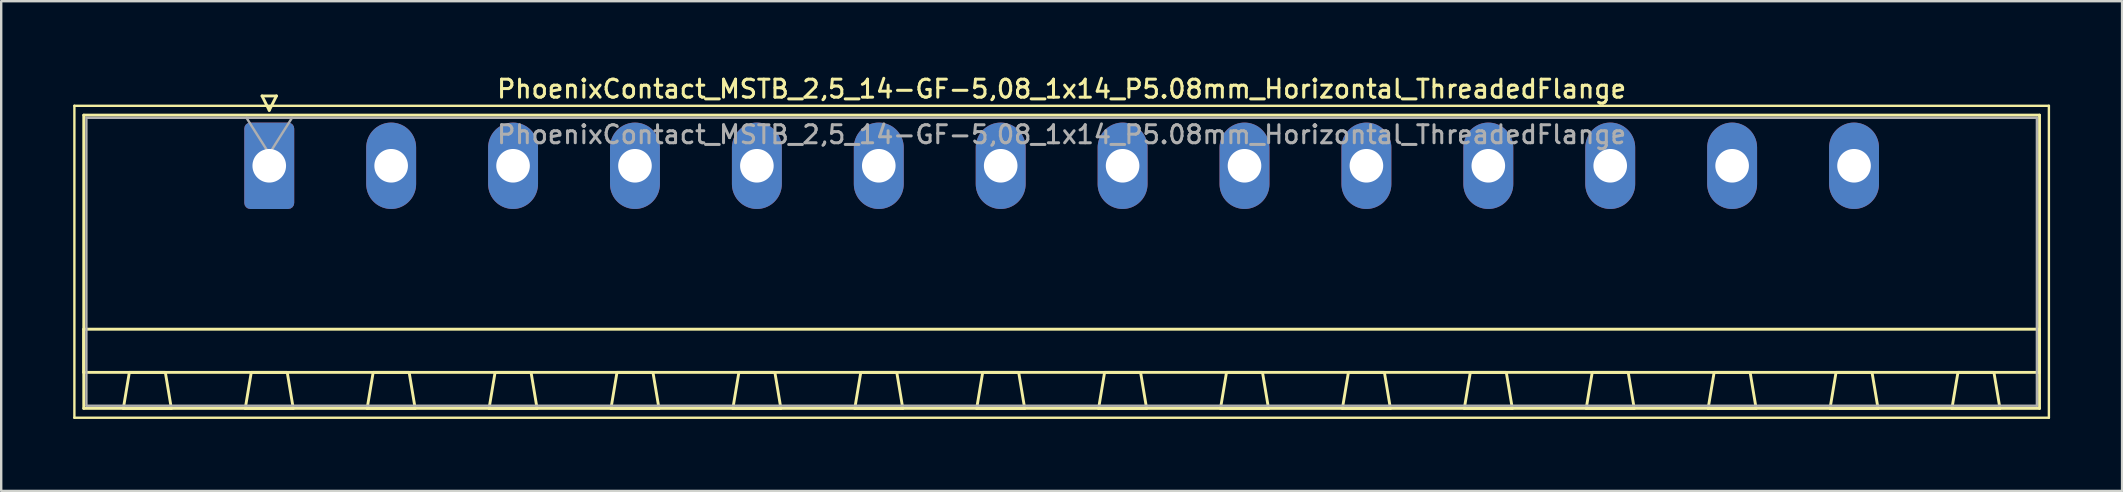
<source format=kicad_pcb>
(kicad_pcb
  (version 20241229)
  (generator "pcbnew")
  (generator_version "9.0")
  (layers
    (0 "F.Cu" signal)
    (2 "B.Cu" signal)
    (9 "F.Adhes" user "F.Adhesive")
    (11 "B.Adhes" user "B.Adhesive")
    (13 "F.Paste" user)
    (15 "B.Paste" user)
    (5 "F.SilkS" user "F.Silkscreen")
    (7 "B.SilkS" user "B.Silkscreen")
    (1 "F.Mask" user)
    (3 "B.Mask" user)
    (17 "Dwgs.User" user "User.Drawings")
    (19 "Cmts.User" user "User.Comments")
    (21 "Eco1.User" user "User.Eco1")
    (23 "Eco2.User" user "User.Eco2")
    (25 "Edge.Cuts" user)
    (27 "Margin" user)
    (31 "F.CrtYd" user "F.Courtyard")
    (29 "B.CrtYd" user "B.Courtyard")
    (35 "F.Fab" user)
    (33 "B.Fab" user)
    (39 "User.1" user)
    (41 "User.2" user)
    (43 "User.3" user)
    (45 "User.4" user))
  (footprint "PhoenixContact_MSTB_2,5_14-GF-5,08_1x14_P5.08mm_Horizontal_ThreadedFlange"
    (layer "F.Cu")
    (at 8.17 3.858)
    (property "Reference" "PhoenixContact_MSTB_2,5_14-GF-5,08_1x14_P5.08mm_Horizontal_ThreadedFlange" (at 33.02 -3.2 0) (layer "F.SilkS") (effects (font (size 0.75 0.75) (thickness 0.125))))
    (attr through_hole)
    (fp_line (start -8.12 -2.5) (end -8.12 10.5) (stroke (width 0.1) (type solid)) (layer "F.SilkS"))
    (fp_line (start -8.12 10.5) (end 74.16 10.5) (stroke (width 0.1) (type solid)) (layer "F.SilkS"))
    (fp_line (start -7.73 -2.11) (end -7.73 10.11) (stroke (width 0.12) (type solid)) (layer "F.SilkS"))
    (fp_line (start -7.73 6.81) (end 73.77 6.81) (stroke (width 0.12) (type solid)) (layer "F.SilkS"))
    (fp_line (start -7.73 8.61) (end -7.73 6.81) (stroke (width 0.12) (type solid)) (layer "F.SilkS"))
    (fp_line (start -7.73 10.11) (end 73.77 10.11) (stroke (width 0.12) (type solid)) (layer "F.SilkS"))
    (fp_line (start -6.08 10.11) (end -4.08 10.11) (stroke (width 0.12) (type solid)) (layer "F.SilkS"))
    (fp_line (start -5.83 8.61) (end -6.08 10.11) (stroke (width 0.12) (type solid)) (layer "F.SilkS"))
    (fp_line (start -4.33 8.61) (end -5.83 8.61) (stroke (width 0.12) (type solid)) (layer "F.SilkS"))
    (fp_line (start -4.08 10.11) (end -4.33 8.61) (stroke (width 0.12) (type solid)) (layer "F.SilkS"))
    (fp_line (start -1 10.11) (end 1 10.11) (stroke (width 0.12) (type solid)) (layer "F.SilkS"))
    (fp_line (start -0.75 8.61) (end -1 10.11) (stroke (width 0.12) (type solid)) (layer "F.SilkS"))
    (fp_line (start -0.3 -2.91) (end 0.3 -2.91) (stroke (width 0.12) (type solid)) (layer "F.SilkS"))
    (fp_line (start 0 -2.31) (end -0.3 -2.91) (stroke (width 0.12) (type solid)) (layer "F.SilkS"))
    (fp_line (start 0.3 -2.91) (end 0 -2.31) (stroke (width 0.12) (type solid)) (layer "F.SilkS"))
    (fp_line (start 0.75 8.61) (end -0.75 8.61) (stroke (width 0.12) (type solid)) (layer "F.SilkS"))
    (fp_line (start 1 10.11) (end 0.75 8.61) (stroke (width 0.12) (type solid)) (layer "F.SilkS"))
    (fp_line (start 4.08 10.11) (end 6.08 10.11) (stroke (width 0.12) (type solid)) (layer "F.SilkS"))
    (fp_line (start 4.33 8.61) (end 4.08 10.11) (stroke (width 0.12) (type solid)) (layer "F.SilkS"))
    (fp_line (start 5.83 8.61) (end 4.33 8.61) (stroke (width 0.12) (type solid)) (layer "F.SilkS"))
    (fp_line (start 6.08 10.11) (end 5.83 8.61) (stroke (width 0.12) (type solid)) (layer "F.SilkS"))
    (fp_line (start 9.16 10.11) (end 11.16 10.11) (stroke (width 0.12) (type solid)) (layer "F.SilkS"))
    (fp_line (start 9.41 8.61) (end 9.16 10.11) (stroke (width 0.12) (type solid)) (layer "F.SilkS"))
    (fp_line (start 10.91 8.61) (end 9.41 8.61) (stroke (width 0.12) (type solid)) (layer "F.SilkS"))
    (fp_line (start 11.16 10.11) (end 10.91 8.61) (stroke (width 0.12) (type solid)) (layer "F.SilkS"))
    (fp_line (start 14.24 10.11) (end 16.24 10.11) (stroke (width 0.12) (type solid)) (layer "F.SilkS"))
    (fp_line (start 14.49 8.61) (end 14.24 10.11) (stroke (width 0.12) (type solid)) (layer "F.SilkS"))
    (fp_line (start 15.99 8.61) (end 14.49 8.61) (stroke (width 0.12) (type solid)) (layer "F.SilkS"))
    (fp_line (start 16.24 10.11) (end 15.99 8.61) (stroke (width 0.12) (type solid)) (layer "F.SilkS"))
    (fp_line (start 19.32 10.11) (end 21.32 10.11) (stroke (width 0.12) (type solid)) (layer "F.SilkS"))
    (fp_line (start 19.57 8.61) (end 19.32 10.11) (stroke (width 0.12) (type solid)) (layer "F.SilkS"))
    (fp_line (start 21.07 8.61) (end 19.57 8.61) (stroke (width 0.12) (type solid)) (layer "F.SilkS"))
    (fp_line (start 21.32 10.11) (end 21.07 8.61) (stroke (width 0.12) (type solid)) (layer "F.SilkS"))
    (fp_line (start 24.4 10.11) (end 26.4 10.11) (stroke (width 0.12) (type solid)) (layer "F.SilkS"))
    (fp_line (start 24.65 8.61) (end 24.4 10.11) (stroke (width 0.12) (type solid)) (layer "F.SilkS"))
    (fp_line (start 26.15 8.61) (end 24.65 8.61) (stroke (width 0.12) (type solid)) (layer "F.SilkS"))
    (fp_line (start 26.4 10.11) (end 26.15 8.61) (stroke (width 0.12) (type solid)) (layer "F.SilkS"))
    (fp_line (start 29.48 10.11) (end 31.48 10.11) (stroke (width 0.12) (type solid)) (layer "F.SilkS"))
    (fp_line (start 29.73 8.61) (end 29.48 10.11) (stroke (width 0.12) (type solid)) (layer "F.SilkS"))
    (fp_line (start 31.23 8.61) (end 29.73 8.61) (stroke (width 0.12) (type solid)) (layer "F.SilkS"))
    (fp_line (start 31.48 10.11) (end 31.23 8.61) (stroke (width 0.12) (type solid)) (layer "F.SilkS"))
    (fp_line (start 34.56 10.11) (end 36.56 10.11) (stroke (width 0.12) (type solid)) (layer "F.SilkS"))
    (fp_line (start 34.81 8.61) (end 34.56 10.11) (stroke (width 0.12) (type solid)) (layer "F.SilkS"))
    (fp_line (start 36.31 8.61) (end 34.81 8.61) (stroke (width 0.12) (type solid)) (layer "F.SilkS"))
    (fp_line (start 36.56 10.11) (end 36.31 8.61) (stroke (width 0.12) (type solid)) (layer "F.SilkS"))
    (fp_line (start 39.64 10.11) (end 41.64 10.11) (stroke (width 0.12) (type solid)) (layer "F.SilkS"))
    (fp_line (start 39.89 8.61) (end 39.64 10.11) (stroke (width 0.12) (type solid)) (layer "F.SilkS"))
    (fp_line (start 41.39 8.61) (end 39.89 8.61) (stroke (width 0.12) (type solid)) (layer "F.SilkS"))
    (fp_line (start 41.64 10.11) (end 41.39 8.61) (stroke (width 0.12) (type solid)) (layer "F.SilkS"))
    (fp_line (start 44.72 10.11) (end 46.72 10.11) (stroke (width 0.12) (type solid)) (layer "F.SilkS"))
    (fp_line (start 44.97 8.61) (end 44.72 10.11) (stroke (width 0.12) (type solid)) (layer "F.SilkS"))
    (fp_line (start 46.47 8.61) (end 44.97 8.61) (stroke (width 0.12) (type solid)) (layer "F.SilkS"))
    (fp_line (start 46.72 10.11) (end 46.47 8.61) (stroke (width 0.12) (type solid)) (layer "F.SilkS"))
    (fp_line (start 49.8 10.11) (end 51.8 10.11) (stroke (width 0.12) (type solid)) (layer "F.SilkS"))
    (fp_line (start 50.05 8.61) (end 49.8 10.11) (stroke (width 0.12) (type solid)) (layer "F.SilkS"))
    (fp_line (start 51.55 8.61) (end 50.05 8.61) (stroke (width 0.12) (type solid)) (layer "F.SilkS"))
    (fp_line (start 51.8 10.11) (end 51.55 8.61) (stroke (width 0.12) (type solid)) (layer "F.SilkS"))
    (fp_line (start 54.88 10.11) (end 56.88 10.11) (stroke (width 0.12) (type solid)) (layer "F.SilkS"))
    (fp_line (start 55.13 8.61) (end 54.88 10.11) (stroke (width 0.12) (type solid)) (layer "F.SilkS"))
    (fp_line (start 56.63 8.61) (end 55.13 8.61) (stroke (width 0.12) (type solid)) (layer "F.SilkS"))
    (fp_line (start 56.88 10.11) (end 56.63 8.61) (stroke (width 0.12) (type solid)) (layer "F.SilkS"))
    (fp_line (start 59.96 10.11) (end 61.96 10.11) (stroke (width 0.12) (type solid)) (layer "F.SilkS"))
    (fp_line (start 60.21 8.61) (end 59.96 10.11) (stroke (width 0.12) (type solid)) (layer "F.SilkS"))
    (fp_line (start 61.71 8.61) (end 60.21 8.61) (stroke (width 0.12) (type solid)) (layer "F.SilkS"))
    (fp_line (start 61.96 10.11) (end 61.71 8.61) (stroke (width 0.12) (type solid)) (layer "F.SilkS"))
    (fp_line (start 65.04 10.11) (end 67.04 10.11) (stroke (width 0.12) (type solid)) (layer "F.SilkS"))
    (fp_line (start 65.29 8.61) (end 65.04 10.11) (stroke (width 0.12) (type solid)) (layer "F.SilkS"))
    (fp_line (start 66.79 8.61) (end 65.29 8.61) (stroke (width 0.12) (type solid)) (layer "F.SilkS"))
    (fp_line (start 67.04 10.11) (end 66.79 8.61) (stroke (width 0.12) (type solid)) (layer "F.SilkS"))
    (fp_line (start 70.12 10.11) (end 72.12 10.11) (stroke (width 0.12) (type solid)) (layer "F.SilkS"))
    (fp_line (start 70.37 8.61) (end 70.12 10.11) (stroke (width 0.12) (type solid)) (layer "F.SilkS"))
    (fp_line (start 71.87 8.61) (end 70.37 8.61) (stroke (width 0.12) (type solid)) (layer "F.SilkS"))
    (fp_line (start 72.12 10.11) (end 71.87 8.61) (stroke (width 0.12) (type solid)) (layer "F.SilkS"))
    (fp_line (start 73.77 -2.11) (end -7.73 -2.11) (stroke (width 0.12) (type solid)) (layer "F.SilkS"))
    (fp_line (start 73.77 6.81) (end 73.77 8.61) (stroke (width 0.12) (type solid)) (layer "F.SilkS"))
    (fp_line (start 73.77 8.61) (end -7.73 8.61) (stroke (width 0.12) (type solid)) (layer "F.SilkS"))
    (fp_line (start 73.77 10.11) (end 73.77 -2.11) (stroke (width 0.12) (type solid)) (layer "F.SilkS"))
    (fp_line (start 74.16 -2.5) (end -8.12 -2.5) (stroke (width 0.1) (type solid)) (layer "F.SilkS"))
    (fp_line (start 74.16 10.5) (end 74.16 -2.5) (stroke (width 0.1) (type solid)) (layer "F.SilkS"))
    (fp_line (start -7.62 -2) (end -7.62 10) (stroke (width 0.1) (type solid)) (layer "F.Fab"))
    (fp_line (start -7.62 10) (end 73.66 10) (stroke (width 0.1) (type solid)) (layer "F.Fab"))
    (fp_line (start 0 -0.5) (end -0.95 -2) (stroke (width 0.1) (type solid)) (layer "F.Fab"))
    (fp_line (start 0.95 -2) (end 0 -0.5) (stroke (width 0.1) (type solid)) (layer "F.Fab"))
    (fp_line (start 73.66 -2) (end -7.62 -2) (stroke (width 0.1) (type solid)) (layer "F.Fab"))
    (fp_line (start 73.66 10) (end 73.66 -2) (stroke (width 0.1) (type solid)) (layer "F.Fab"))
    (fp_text user "${REFERENCE}" (at 33.02 -1.3 0) (layer "F.Fab") (effects (font (size 0.75 0.75) (thickness 0.125))))
    (pad "1" thru_hole roundrect (at 0 0) (size 2.08 3.6) (drill 1.4) (layers "*.Cu" "*.Mask") (roundrect_rratio 0.12))
    (pad "2" thru_hole oval (at 5.08 0) (size 2.08 3.6) (drill 1.4) (layers "*.Cu" "*.Mask"))
    (pad "3" thru_hole oval (at 10.16 0) (size 2.08 3.6) (drill 1.4) (layers "*.Cu" "*.Mask"))
    (pad "4" thru_hole oval (at 15.24 0) (size 2.08 3.6) (drill 1.4) (layers "*.Cu" "*.Mask"))
    (pad "5" thru_hole oval (at 20.32 0) (size 2.08 3.6) (drill 1.4) (layers "*.Cu" "*.Mask"))
    (pad "6" thru_hole oval (at 25.4 0) (size 2.08 3.6) (drill 1.4) (layers "*.Cu" "*.Mask"))
    (pad "7" thru_hole oval (at 30.48 0) (size 2.08 3.6) (drill 1.4) (layers "*.Cu" "*.Mask"))
    (pad "8" thru_hole oval (at 35.56 0) (size 2.08 3.6) (drill 1.4) (layers "*.Cu" "*.Mask"))
    (pad "9" thru_hole oval (at 40.64 0) (size 2.08 3.6) (drill 1.4) (layers "*.Cu" "*.Mask"))
    (pad "10" thru_hole oval (at 45.72 0) (size 2.08 3.6) (drill 1.4) (layers "*.Cu" "*.Mask"))
    (pad "11" thru_hole oval (at 50.8 0) (size 2.08 3.6) (drill 1.4) (layers "*.Cu" "*.Mask"))
    (pad "12" thru_hole oval (at 55.88 0) (size 2.08 3.6) (drill 1.4) (layers "*.Cu" "*.Mask"))
    (pad "13" thru_hole oval (at 60.96 0) (size 2.08 3.6) (drill 1.4) (layers "*.Cu" "*.Mask"))
    (pad "14" thru_hole oval (at 66.04 0) (size 2.08 3.6) (drill 1.4) (layers "*.Cu" "*.Mask")))
  (gr_rect
    (start -3 -3)
    (end 85.38 17.408)
    (stroke (width 0.1) (type default))
    (fill no)
    (layer "Edge.Cuts")))
</source>
